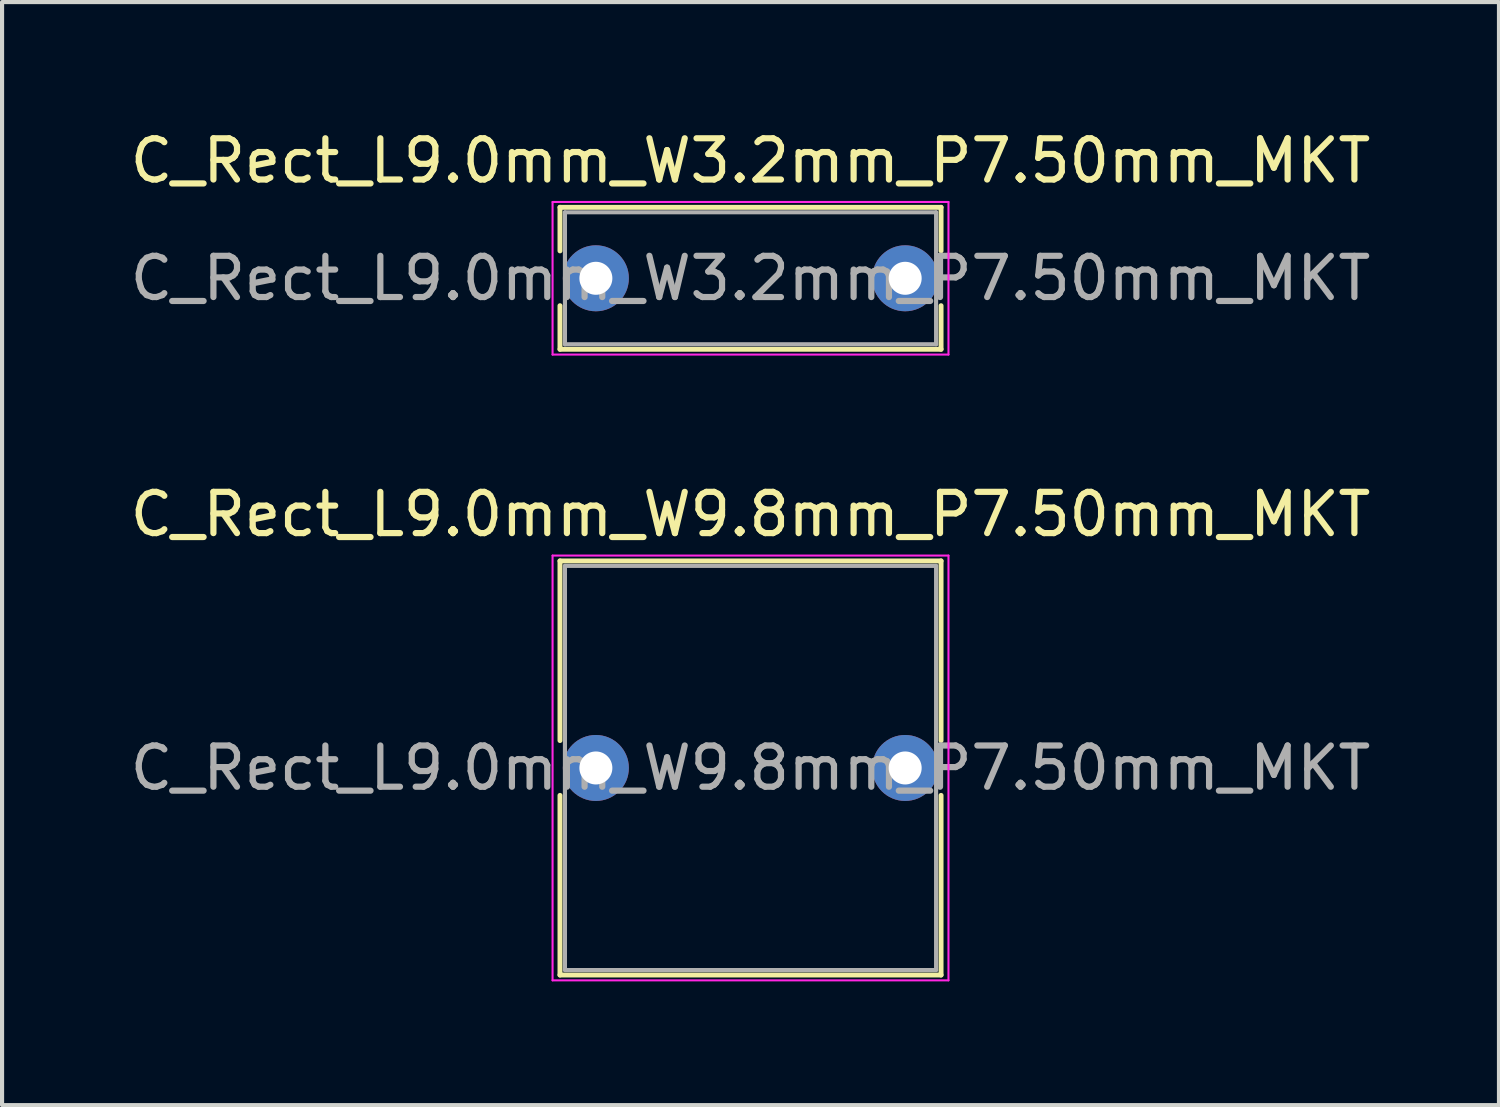
<source format=kicad_pcb>
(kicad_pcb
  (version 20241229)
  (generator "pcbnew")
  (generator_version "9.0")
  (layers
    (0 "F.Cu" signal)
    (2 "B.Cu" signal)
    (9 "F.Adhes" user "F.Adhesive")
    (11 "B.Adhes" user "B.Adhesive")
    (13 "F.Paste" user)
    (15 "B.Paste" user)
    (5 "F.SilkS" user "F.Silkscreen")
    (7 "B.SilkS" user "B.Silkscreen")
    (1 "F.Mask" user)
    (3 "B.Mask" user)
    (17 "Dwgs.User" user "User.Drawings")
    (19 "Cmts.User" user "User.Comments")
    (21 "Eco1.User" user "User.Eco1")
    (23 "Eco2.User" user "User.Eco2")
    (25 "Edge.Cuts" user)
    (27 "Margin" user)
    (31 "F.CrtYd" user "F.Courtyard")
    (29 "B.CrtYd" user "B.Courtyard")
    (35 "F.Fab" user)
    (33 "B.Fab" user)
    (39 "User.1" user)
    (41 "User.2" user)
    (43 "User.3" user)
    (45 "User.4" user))
  (footprint "C_Rect_L9.0mm_W9.8mm_P7.50mm_MKT"
    (layer "F.Cu")
    (at 11.399 15.572)
    (property "Reference" "C_Rect_L9.0mm_W9.8mm_P7.50mm_MKT" (at 3.75 -6.15 0) (layer "F.SilkS") (effects (font (size 1 1) (thickness 0.15))))
    (attr through_hole)
    (fp_line (start -0.87 -5.02) (end -0.87 -0.665) (stroke (width 0.12) (type solid)) (layer "F.SilkS"))
    (fp_line (start -0.87 -5.02) (end 8.37 -5.02) (stroke (width 0.12) (type solid)) (layer "F.SilkS"))
    (fp_line (start -0.87 0.665) (end -0.87 5.02) (stroke (width 0.12) (type solid)) (layer "F.SilkS"))
    (fp_line (start -0.87 5.02) (end 8.37 5.02) (stroke (width 0.12) (type solid)) (layer "F.SilkS"))
    (fp_line (start 8.37 -5.02) (end 8.37 -0.665) (stroke (width 0.12) (type solid)) (layer "F.SilkS"))
    (fp_line (start 8.37 0.665) (end 8.37 5.02) (stroke (width 0.12) (type solid)) (layer "F.SilkS"))
    (fp_line (start -1.05 -5.15) (end -1.05 5.15) (stroke (width 0.05) (type solid)) (layer "F.CrtYd"))
    (fp_line (start -1.05 5.15) (end 8.55 5.15) (stroke (width 0.05) (type solid)) (layer "F.CrtYd"))
    (fp_line (start 8.55 -5.15) (end -1.05 -5.15) (stroke (width 0.05) (type solid)) (layer "F.CrtYd"))
    (fp_line (start 8.55 5.15) (end 8.55 -5.15) (stroke (width 0.05) (type solid)) (layer "F.CrtYd"))
    (fp_line (start -0.75 -4.9) (end -0.75 4.9) (stroke (width 0.1) (type solid)) (layer "F.Fab"))
    (fp_line (start -0.75 4.9) (end 8.25 4.9) (stroke (width 0.1) (type solid)) (layer "F.Fab"))
    (fp_line (start 8.25 -4.9) (end -0.75 -4.9) (stroke (width 0.1) (type solid)) (layer "F.Fab"))
    (fp_line (start 8.25 4.9) (end 8.25 -4.9) (stroke (width 0.1) (type solid)) (layer "F.Fab"))
    (fp_text user "${REFERENCE}" (at 3.75 0 0) (layer "F.Fab") (effects (font (size 1 1) (thickness 0.15))))
    (pad "1" thru_hole circle (at 0 0) (size 1.6 1.6) (drill 0.8) (layers "*.Cu" "*.Mask"))
    (pad "2" thru_hole circle (at 7.5 0) (size 1.6 1.6) (drill 0.8) (layers "*.Cu" "*.Mask")))
  (footprint "C_Rect_L9.0mm_W3.2mm_P7.50mm_MKT"
    (layer "F.Cu")
    (at 11.399 3.698)
    (property "Reference" "C_Rect_L9.0mm_W3.2mm_P7.50mm_MKT" (at 3.75 -2.85 0) (layer "F.SilkS") (effects (font (size 1 1) (thickness 0.15))))
    (attr through_hole)
    (fp_line (start -0.87 -1.721) (end -0.87 -0.665) (stroke (width 0.12) (type solid)) (layer "F.SilkS"))
    (fp_line (start -0.87 -1.721) (end 8.37 -1.721) (stroke (width 0.12) (type solid)) (layer "F.SilkS"))
    (fp_line (start -0.87 0.665) (end -0.87 1.721) (stroke (width 0.12) (type solid)) (layer "F.SilkS"))
    (fp_line (start -0.87 1.721) (end 8.37 1.721) (stroke (width 0.12) (type solid)) (layer "F.SilkS"))
    (fp_line (start 8.37 -1.721) (end 8.37 -0.665) (stroke (width 0.12) (type solid)) (layer "F.SilkS"))
    (fp_line (start 8.37 0.665) (end 8.37 1.721) (stroke (width 0.12) (type solid)) (layer "F.SilkS"))
    (fp_line (start -1.05 -1.85) (end -1.05 1.85) (stroke (width 0.05) (type solid)) (layer "F.CrtYd"))
    (fp_line (start -1.05 1.85) (end 8.55 1.85) (stroke (width 0.05) (type solid)) (layer "F.CrtYd"))
    (fp_line (start 8.55 -1.85) (end -1.05 -1.85) (stroke (width 0.05) (type solid)) (layer "F.CrtYd"))
    (fp_line (start 8.55 1.85) (end 8.55 -1.85) (stroke (width 0.05) (type solid)) (layer "F.CrtYd"))
    (fp_line (start -0.75 -1.6) (end -0.75 1.6) (stroke (width 0.1) (type solid)) (layer "F.Fab"))
    (fp_line (start -0.75 1.6) (end 8.25 1.6) (stroke (width 0.1) (type solid)) (layer "F.Fab"))
    (fp_line (start 8.25 -1.6) (end -0.75 -1.6) (stroke (width 0.1) (type solid)) (layer "F.Fab"))
    (fp_line (start 8.25 1.6) (end 8.25 -1.6) (stroke (width 0.1) (type solid)) (layer "F.Fab"))
    (fp_text user "${REFERENCE}" (at 3.75 0 0) (layer "F.Fab") (effects (font (size 1 1) (thickness 0.15))))
    (pad "1" thru_hole circle (at 0 0) (size 1.6 1.6) (drill 0.8) (layers "*.Cu" "*.Mask"))
    (pad "2" thru_hole circle (at 7.5 0) (size 1.6 1.6) (drill 0.8) (layers "*.Cu" "*.Mask")))
  (gr_rect
    (start -3 -3)
    (end 33.298 23.747)
    (stroke (width 0.1) (type default))
    (fill no)
    (layer "Edge.Cuts")))
</source>
